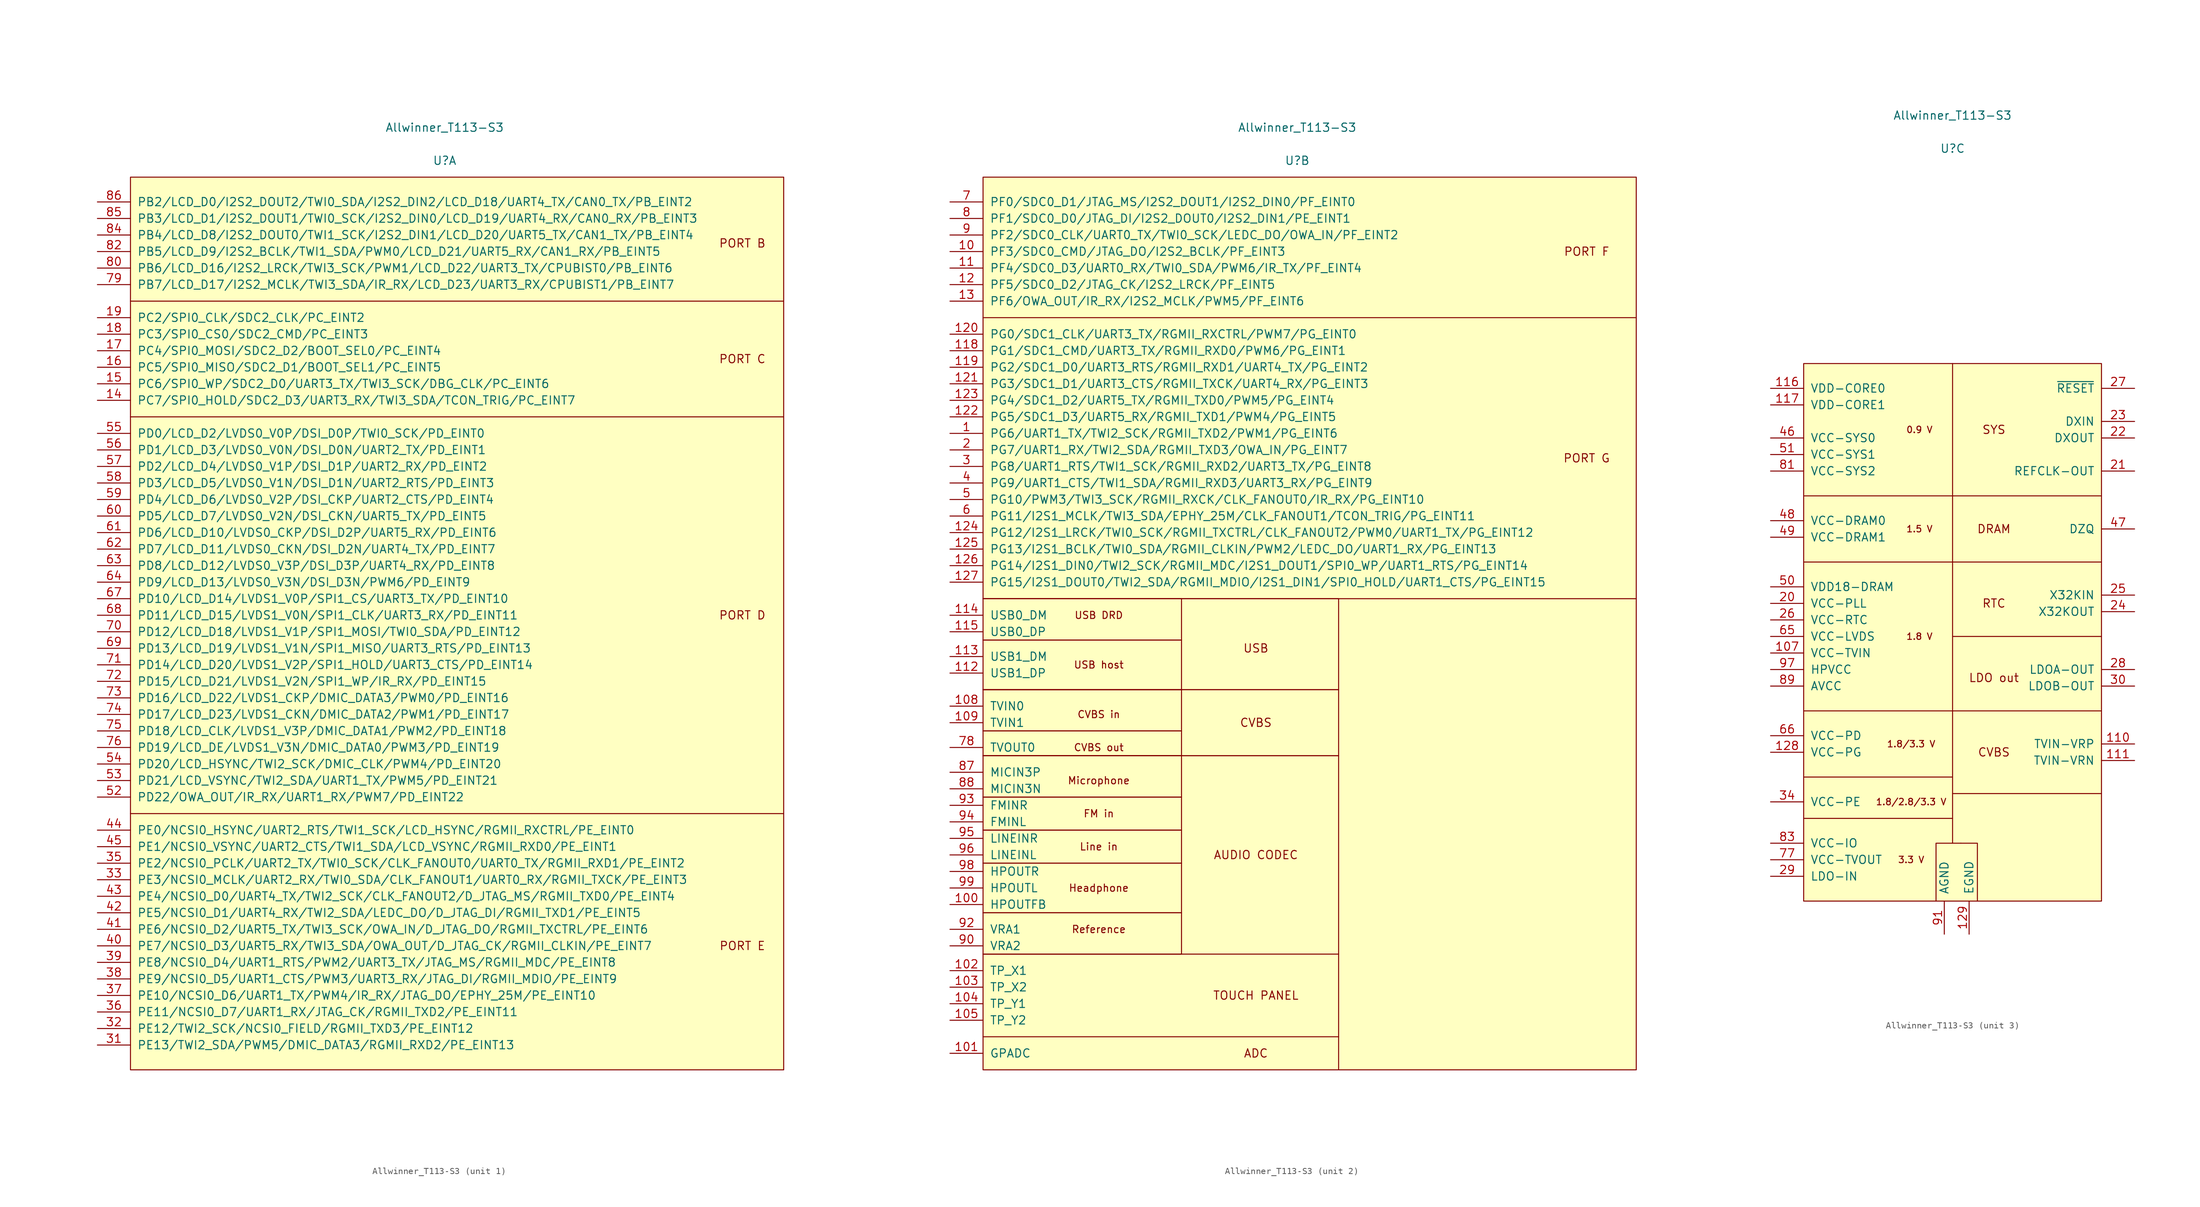
<source format=kicad_sym>
(kicad_symbol_lib
  (version 20241209)
  (generator "kicad_symbol_editor")
  (generator_version "9.0")
  (symbol "Allwinner_T113-S3"
    (pin_names
      (offset 1.016))
    (property "Reference" "U"
      (at 0 71.12 0)
      (effects (font (size 1.27 1.27))))
    (property "Value" "Allwinner_T113-S3"
      (at 0 76.2 0)
      (effects (font (size 1.27 1.27))))
    (property "ki_locked" ""
      (at 0 0 0)
      (effects (font (size 1.27 1.27))))
    (symbol "Allwinner_T113-S3_1_1"
      (rectangle (start -48.26 68.58) (end 52.07 -68.58) (stroke (width 0) (type solid)) (fill (type background)))
      (polyline (pts (xy -48.26 49.53) (xy 52.07 49.53)) (stroke (width 0) (type solid)) (fill (type none)))
      (polyline (pts (xy -48.26 31.75) (xy 52.07 31.75)) (stroke (width 0) (type solid)) (fill (type none)))
      (polyline (pts (xy -48.26 -29.21) (xy 52.07 -29.21)) (stroke (width 0) (type solid)) (fill (type none)))
      (text "PORT B" (at 45.72 58.42 0) (effects (font (size 1.27 1.27))))
      (text "PORT C" (at 45.72 40.64 0) (effects (font (size 1.27 1.27))))
      (text "PORT D" (at 45.72 1.27 0) (effects (font (size 1.27 1.27))))
      (text "PORT E" (at 45.72 -49.53 0) (effects (font (size 1.27 1.27))))
      (pin bidirectional line (at -53.34 64.77 0) (length 5.08) (name "PB2/LCD_D0/I2S2_DOUT2/TWI0_SDA/I2S2_DIN2/LCD_D18/UART4_TX/CAN0_TX/PB_EINT2" (effects (font (size 1.27 1.27)))) (number "86" (effects (font (size 1.27 1.27)))))
      (pin bidirectional line (at -53.34 62.23 0) (length 5.08) (name "PB3/LCD_D1/I2S2_DOUT1/TWI0_SCK/I2S2_DIN0/LCD_D19/UART4_RX/CAN0_RX/PB_EINT3" (effects (font (size 1.27 1.27)))) (number "85" (effects (font (size 1.27 1.27)))))
      (pin bidirectional line (at -53.34 59.69 0) (length 5.08) (name "PB4/LCD_D8/I2S2_DOUT0/TWI1_SCK/I2S2_DIN1/LCD_D20/UART5_TX/CAN1_TX/PB_EINT4" (effects (font (size 1.27 1.27)))) (number "84" (effects (font (size 1.27 1.27)))))
      (pin bidirectional line (at -53.34 57.15 0) (length 5.08) (name "PB5/LCD_D9/I2S2_BCLK/TWI1_SDA/PWM0/LCD_D21/UART5_RX/CAN1_RX/PB_EINT5" (effects (font (size 1.27 1.27)))) (number "82" (effects (font (size 1.27 1.27)))))
      (pin bidirectional line (at -53.34 54.61 0) (length 5.08) (name "PB6/LCD_D16/I2S2_LRCK/TWI3_SCK/PWM1/LCD_D22/UART3_TX/CPUBIST0/PB_EINT6" (effects (font (size 1.27 1.27)))) (number "80" (effects (font (size 1.27 1.27)))))
      (pin bidirectional line (at -53.34 52.07 0) (length 5.08) (name "PB7/LCD_D17/I2S2_MCLK/TWI3_SDA/IR_RX/LCD_D23/UART3_RX/CPUBIST1/PB_EINT7" (effects (font (size 1.27 1.27)))) (number "79" (effects (font (size 1.27 1.27)))))
      (pin bidirectional line (at -53.34 46.99 0) (length 5.08) (name "PC2/SPI0_CLK/SDC2_CLK/PC_EINT2" (effects (font (size 1.27 1.27)))) (number "19" (effects (font (size 1.27 1.27)))))
      (pin bidirectional line (at -53.34 44.45 0) (length 5.08) (name "PC3/SPI0_CS0/SDC2_CMD/PC_EINT3" (effects (font (size 1.27 1.27)))) (number "18" (effects (font (size 1.27 1.27)))))
      (pin bidirectional line (at -53.34 41.91 0) (length 5.08) (name "PC4/SPI0_MOSI/SDC2_D2/BOOT_SEL0/PC_EINT4" (effects (font (size 1.27 1.27)))) (number "17" (effects (font (size 1.27 1.27)))))
      (pin bidirectional line (at -53.34 39.37 0) (length 5.08) (name "PC5/SPI0_MISO/SDC2_D1/BOOT_SEL1/PC_EINT5" (effects (font (size 1.27 1.27)))) (number "16" (effects (font (size 1.27 1.27)))))
      (pin bidirectional line (at -53.34 36.83 0) (length 5.08) (name "PC6/SPI0_WP/SDC2_D0/UART3_TX/TWI3_SCK/DBG_CLK/PC_EINT6" (effects (font (size 1.27 1.27)))) (number "15" (effects (font (size 1.27 1.27)))))
      (pin bidirectional line (at -53.34 34.29 0) (length 5.08) (name "PC7/SPI0_HOLD/SDC2_D3/UART3_RX/TWI3_SDA/TCON_TRIG/PC_EINT7" (effects (font (size 1.27 1.27)))) (number "14" (effects (font (size 1.27 1.27)))))
      (pin bidirectional line (at -53.34 29.21 0) (length 5.08) (name "PD0/LCD_D2/LVDS0_V0P/DSI_D0P/TWI0_SCK/PD_EINT0" (effects (font (size 1.27 1.27)))) (number "55" (effects (font (size 1.27 1.27)))))
      (pin bidirectional line (at -53.34 26.67 0) (length 5.08) (name "PD1/LCD_D3/LVDS0_V0N/DSI_D0N/UART2_TX/PD_EINT1" (effects (font (size 1.27 1.27)))) (number "56" (effects (font (size 1.27 1.27)))))
      (pin bidirectional line (at -53.34 24.13 0) (length 5.08) (name "PD2/LCD_D4/LVDS0_V1P/DSI_D1P/UART2_RX/PD_EINT2" (effects (font (size 1.27 1.27)))) (number "57" (effects (font (size 1.27 1.27)))))
      (pin bidirectional line (at -53.34 21.59 0) (length 5.08) (name "PD3/LCD_D5/LVDS0_V1N/DSI_D1N/UART2_RTS/PD_EINT3" (effects (font (size 1.27 1.27)))) (number "58" (effects (font (size 1.27 1.27)))))
      (pin bidirectional line (at -53.34 19.05 0) (length 5.08) (name "PD4/LCD_D6/LVDS0_V2P/DSI_CKP/UART2_CTS/PD_EINT4" (effects (font (size 1.27 1.27)))) (number "59" (effects (font (size 1.27 1.27)))))
      (pin bidirectional line (at -53.34 16.51 0) (length 5.08) (name "PD5/LCD_D7/LVDS0_V2N/DSI_CKN/UART5_TX/PD_EINT5" (effects (font (size 1.27 1.27)))) (number "60" (effects (font (size 1.27 1.27)))))
      (pin bidirectional line (at -53.34 13.97 0) (length 5.08) (name "PD6/LCD_D10/LVDS0_CKP/DSI_D2P/UART5_RX/PD_EINT6" (effects (font (size 1.27 1.27)))) (number "61" (effects (font (size 1.27 1.27)))))
      (pin bidirectional line (at -53.34 11.43 0) (length 5.08) (name "PD7/LCD_D11/LVDS0_CKN/DSI_D2N/UART4_TX/PD_EINT7" (effects (font (size 1.27 1.27)))) (number "62" (effects (font (size 1.27 1.27)))))
      (pin bidirectional line (at -53.34 8.89 0) (length 5.08) (name "PD8/LCD_D12/LVDS0_V3P/DSI_D3P/UART4_RX/PD_EINT8" (effects (font (size 1.27 1.27)))) (number "63" (effects (font (size 1.27 1.27)))))
      (pin bidirectional line (at -53.34 6.35 0) (length 5.08) (name "PD9/LCD_D13/LVDS0_V3N/DSI_D3N/PWM6/PD_EINT9" (effects (font (size 1.27 1.27)))) (number "64" (effects (font (size 1.27 1.27)))))
      (pin bidirectional line (at -53.34 3.81 0) (length 5.08) (name "PD10/LCD_D14/LVDS1_V0P/SPI1_CS/UART3_TX/PD_EINT10" (effects (font (size 1.27 1.27)))) (number "67" (effects (font (size 1.27 1.27)))))
      (pin bidirectional line (at -53.34 1.27 0) (length 5.08) (name "PD11/LCD_D15/LVDS1_V0N/SPI1_CLK/UART3_RX/PD_EINT11" (effects (font (size 1.27 1.27)))) (number "68" (effects (font (size 1.27 1.27)))))
      (pin bidirectional line (at -53.34 -1.27 0) (length 5.08) (name "PD12/LCD_D18/LVDS1_V1P/SPI1_MOSI/TWI0_SDA/PD_EINT12" (effects (font (size 1.27 1.27)))) (number "70" (effects (font (size 1.27 1.27)))))
      (pin bidirectional line (at -53.34 -3.81 0) (length 5.08) (name "PD13/LCD_D19/LVDS1_V1N/SPI1_MISO/UART3_RTS/PD_EINT13" (effects (font (size 1.27 1.27)))) (number "69" (effects (font (size 1.27 1.27)))))
      (pin bidirectional line (at -53.34 -6.35 0) (length 5.08) (name "PD14/LCD_D20/LVDS1_V2P/SPI1_HOLD/UART3_CTS/PD_EINT14" (effects (font (size 1.27 1.27)))) (number "71" (effects (font (size 1.27 1.27)))))
      (pin bidirectional line (at -53.34 -8.89 0) (length 5.08) (name "PD15/LCD_D21/LVDS1_V2N/SPI1_WP/IR_RX/PD_EINT15" (effects (font (size 1.27 1.27)))) (number "72" (effects (font (size 1.27 1.27)))))
      (pin bidirectional line (at -53.34 -11.43 0) (length 5.08) (name "PD16/LCD_D22/LVDS1_CKP/DMIC_DATA3/PWM0/PD_EINT16" (effects (font (size 1.27 1.27)))) (number "73" (effects (font (size 1.27 1.27)))))
      (pin bidirectional line (at -53.34 -13.97 0) (length 5.08) (name "PD17/LCD_D23/LVDS1_CKN/DMIC_DATA2/PWM1/PD_EINT17" (effects (font (size 1.27 1.27)))) (number "74" (effects (font (size 1.27 1.27)))))
      (pin bidirectional line (at -53.34 -16.51 0) (length 5.08) (name "PD18/LCD_CLK/LVDS1_V3P/DMIC_DATA1/PWM2/PD_EINT18" (effects (font (size 1.27 1.27)))) (number "75" (effects (font (size 1.27 1.27)))))
      (pin bidirectional line (at -53.34 -19.05 0) (length 5.08) (name "PD19/LCD_DE/LVDS1_V3N/DMIC_DATA0/PWM3/PD_EINT19" (effects (font (size 1.27 1.27)))) (number "76" (effects (font (size 1.27 1.27)))))
      (pin bidirectional line (at -53.34 -21.59 0) (length 5.08) (name "PD20/LCD_HSYNC/TWI2_SCK/DMIC_CLK/PWM4/PD_EINT20" (effects (font (size 1.27 1.27)))) (number "54" (effects (font (size 1.27 1.27)))))
      (pin bidirectional line (at -53.34 -24.13 0) (length 5.08) (name "PD21/LCD_VSYNC/TWI2_SDA/UART1_TX/PWM5/PD_EINT21" (effects (font (size 1.27 1.27)))) (number "53" (effects (font (size 1.27 1.27)))))
      (pin bidirectional line (at -53.34 -26.67 0) (length 5.08) (name "PD22/OWA_OUT/IR_RX/UART1_RX/PWM7/PD_EINT22" (effects (font (size 1.27 1.27)))) (number "52" (effects (font (size 1.27 1.27)))))
      (pin bidirectional line (at -53.34 -31.75 0) (length 5.08) (name "PE0/NCSI0_HSYNC/UART2_RTS/TWI1_SCK/LCD_HSYNC/RGMII_RXCTRL/PE_EINT0" (effects (font (size 1.27 1.27)))) (number "44" (effects (font (size 1.27 1.27)))))
      (pin bidirectional line (at -53.34 -34.29 0) (length 5.08) (name "PE1/NCSI0_VSYNC/UART2_CTS/TWI1_SDA/LCD_VSYNC/RGMII_RXD0/PE_EINT1" (effects (font (size 1.27 1.27)))) (number "45" (effects (font (size 1.27 1.27)))))
      (pin bidirectional line (at -53.34 -36.83 0) (length 5.08) (name "PE2/NCSI0_PCLK/UART2_TX/TWI0_SCK/CLK_FANOUT0/UART0_TX/RGMII_RXD1/PE_EINT2" (effects (font (size 1.27 1.27)))) (number "35" (effects (font (size 1.27 1.27)))))
      (pin bidirectional line (at -53.34 -39.37 0) (length 5.08) (name "PE3/NCSI0_MCLK/UART2_RX/TWI0_SDA/CLK_FANOUT1/UART0_RX/RGMII_TXCK/PE_EINT3" (effects (font (size 1.27 1.27)))) (number "33" (effects (font (size 1.27 1.27)))))
      (pin bidirectional line (at -53.34 -41.91 0) (length 5.08) (name "PE4/NCSI0_D0/UART4_TX/TWI2_SCK/CLK_FANOUT2/D_JTAG_MS/RGMII_TXD0/PE_EINT4" (effects (font (size 1.27 1.27)))) (number "43" (effects (font (size 1.27 1.27)))))
      (pin bidirectional line (at -53.34 -44.45 0) (length 5.08) (name "PE5/NCSI0_D1/UART4_RX/TWI2_SDA/LEDC_DO/D_JTAG_DI/RGMII_TXD1/PE_EINT5" (effects (font (size 1.27 1.27)))) (number "42" (effects (font (size 1.27 1.27)))))
      (pin bidirectional line (at -53.34 -46.99 0) (length 5.08) (name "PE6/NCSI0_D2/UART5_TX/TWI3_SCK/OWA_IN/D_JTAG_DO/RGMII_TXCTRL/PE_EINT6" (effects (font (size 1.27 1.27)))) (number "41" (effects (font (size 1.27 1.27)))))
      (pin bidirectional line (at -53.34 -49.53 0) (length 5.08) (name "PE7/NCSI0_D3/UART5_RX/TWI3_SDA/OWA_OUT/D_JTAG_CK/RGMII_CLKIN/PE_EINT7" (effects (font (size 1.27 1.27)))) (number "40" (effects (font (size 1.27 1.27)))))
      (pin bidirectional line (at -53.34 -52.07 0) (length 5.08) (name "PE8/NCSI0_D4/UART1_RTS/PWM2/UART3_TX/JTAG_MS/RGMII_MDC/PE_EINT8" (effects (font (size 1.27 1.27)))) (number "39" (effects (font (size 1.27 1.27)))))
      (pin bidirectional line (at -53.34 -54.61 0) (length 5.08) (name "PE9/NCSI0_D5/UART1_CTS/PWM3/UART3_RX/JTAG_DI/RGMII_MDIO/PE_EINT9" (effects (font (size 1.27 1.27)))) (number "38" (effects (font (size 1.27 1.27)))))
      (pin bidirectional line (at -53.34 -57.15 0) (length 5.08) (name "PE10/NCSI0_D6/UART1_TX/PWM4/IR_RX/JTAG_DO/EPHY_25M/PE_EINT10" (effects (font (size 1.27 1.27)))) (number "37" (effects (font (size 1.27 1.27)))))
      (pin bidirectional line (at -53.34 -59.69 0) (length 5.08) (name "PE11/NCSI0_D7/UART1_RX/JTAG_CK/RGMII_TXD2/PE_EINT11" (effects (font (size 1.27 1.27)))) (number "36" (effects (font (size 1.27 1.27)))))
      (pin bidirectional line (at -53.34 -62.23 0) (length 5.08) (name "PE12/TWI2_SCK/NCSI0_FIELD/RGMII_TXD3/PE_EINT12" (effects (font (size 1.27 1.27)))) (number "32" (effects (font (size 1.27 1.27)))))
      (pin bidirectional line (at -53.34 -64.77 0) (length 5.08) (name "PE13/TWI2_SDA/PWM5/DMIC_DATA3/RGMII_RXD2/PE_EINT13" (effects (font (size 1.27 1.27)))) (number "31" (effects (font (size 1.27 1.27))))))
    (symbol "Allwinner_T113-S3_2_1"
      (rectangle (start -48.26 68.58) (end 52.07 -68.58) (stroke (width 0) (type solid)) (fill (type background)))
      (polyline (pts (xy -48.26 46.99) (xy 52.07 46.99)) (stroke (width 0) (type solid)) (fill (type none)))
      (polyline (pts (xy -48.26 3.81) (xy 52.07 3.81)) (stroke (width 0) (type solid)) (fill (type none)))
      (polyline (pts (xy -48.26 3.81) (xy 6.35 3.81) (xy 6.35 -10.16) (xy -48.26 -10.16)) (stroke (width 0) (type solid)) (fill (type none)))
      (polyline (pts (xy -48.26 -2.54) (xy -17.78 -2.54) (xy -17.78 3.81) (xy -48.26 3.81)) (stroke (width 0) (type solid)) (fill (type none)))
      (polyline (pts (xy -48.26 -10.16) (xy -17.78 -10.16) (xy -17.78 -2.54) (xy -48.26 -2.54)) (stroke (width 0) (type solid)) (fill (type none)))
      (polyline (pts (xy -48.26 -16.51) (xy -17.78 -16.51) (xy -17.78 -10.16) (xy -48.26 -10.16)) (stroke (width 0) (type solid)) (fill (type none)))
      (polyline (pts (xy -48.26 -20.32) (xy -17.78 -20.32) (xy -17.78 -16.51) (xy -48.26 -16.51)) (stroke (width 0) (type solid)) (fill (type none)))
      (polyline (pts (xy -48.26 -20.32) (xy 6.35 -20.32) (xy 6.35 -10.16) (xy -48.26 -10.16)) (stroke (width 0) (type solid)) (fill (type none)))
      (polyline (pts (xy -48.26 -26.67) (xy -17.78 -26.67) (xy -17.78 -20.32) (xy -48.26 -20.32)) (stroke (width 0) (type solid)) (fill (type none)))
      (polyline (pts (xy -48.26 -31.75) (xy -17.78 -31.75) (xy -17.78 -26.67) (xy -48.26 -26.67)) (stroke (width 0) (type solid)) (fill (type none)))
      (polyline (pts (xy -48.26 -36.83) (xy -17.78 -36.83) (xy -17.78 -31.75) (xy -48.26 -31.75)) (stroke (width 0) (type solid)) (fill (type none)))
      (polyline (pts (xy -48.26 -44.45) (xy -17.78 -44.45) (xy -17.78 -36.83) (xy -48.26 -36.83)) (stroke (width 0) (type solid)) (fill (type none)))
      (polyline (pts (xy -48.26 -50.8) (xy -17.78 -50.8) (xy -17.78 -44.45) (xy -48.26 -44.45)) (stroke (width 0) (type solid)) (fill (type none)))
      (polyline (pts (xy -48.26 -50.8) (xy 6.35 -50.8) (xy 6.35 -20.32) (xy -48.26 -20.32)) (stroke (width 0) (type solid)) (fill (type none)))
      (polyline (pts (xy -48.26 -63.5) (xy 6.35 -63.5) (xy 6.35 -50.8)) (stroke (width 0) (type solid)) (fill (type none)))
      (polyline (pts (xy 6.35 -63.5) (xy 6.35 -68.58)) (stroke (width 0) (type solid)) (fill (type none)))
      (text "USB DRD" (at -30.48 1.27 0) (effects (font (size 1.092 1.092))))
      (text "USB host" (at -30.48 -6.35 0) (effects (font (size 1.092 1.092))))
      (text "CVBS in" (at -30.48 -13.97 0) (effects (font (size 1.092 1.092))))
      (text "CVBS out" (at -30.48 -19.05 0) (effects (font (size 1.092 1.092))))
      (text "Microphone" (at -30.48 -24.13 0) (effects (font (size 1.118 1.118))))
      (text "FM in" (at -30.48 -29.21 0) (effects (font (size 1.118 1.118))))
      (text "Line in" (at -30.48 -34.29 0) (effects (font (size 1.118 1.118))))
      (text "Headphone" (at -30.48 -40.64 0) (effects (font (size 1.118 1.118))))
      (text "Reference" (at -30.48 -46.99 0) (effects (font (size 1.118 1.118))))
      (text "USB" (at -6.35 -3.81 0) (effects (font (size 1.27 1.27))))
      (text "CVBS" (at -6.35 -15.24 0) (effects (font (size 1.27 1.27))))
      (text "AUDIO CODEC" (at -6.35 -35.56 0) (effects (font (size 1.27 1.27))))
      (text "TOUCH PANEL" (at -6.35 -57.15 0) (effects (font (size 1.27 1.27))))
      (text "ADC" (at -6.35 -66.04 0) (effects (font (size 1.27 1.27))))
      (text "PORT F" (at 44.45 57.15 0) (effects (font (size 1.27 1.27))))
      (text "PORT G" (at 44.45 25.4 0) (effects (font (size 1.27 1.27))))
      (pin bidirectional line (at -53.34 64.77 0) (length 5.08) (name "PF0/SDC0_D1/JTAG_MS/I2S2_DOUT1/I2S2_DIN0/PF_EINT0" (effects (font (size 1.27 1.27)))) (number "7" (effects (font (size 1.27 1.27)))))
      (pin bidirectional line (at -53.34 62.23 0) (length 5.08) (name "PF1/SDC0_D0/JTAG_DI/I2S2_DOUT0/I2S2_DIN1/PE_EINT1" (effects (font (size 1.27 1.27)))) (number "8" (effects (font (size 1.27 1.27)))))
      (pin bidirectional line (at -53.34 59.69 0) (length 5.08) (name "PF2/SDC0_CLK/UART0_TX/TWI0_SCK/LEDC_DO/OWA_IN/PF_EINT2" (effects (font (size 1.27 1.27)))) (number "9" (effects (font (size 1.27 1.27)))))
      (pin bidirectional line (at -53.34 57.15 0) (length 5.08) (name "PF3/SDC0_CMD/JTAG_DO/I2S2_BCLK/PF_EINT3" (effects (font (size 1.27 1.27)))) (number "10" (effects (font (size 1.27 1.27)))))
      (pin bidirectional line (at -53.34 54.61 0) (length 5.08) (name "PF4/SDC0_D3/UART0_RX/TWI0_SDA/PWM6/IR_TX/PF_EINT4" (effects (font (size 1.27 1.27)))) (number "11" (effects (font (size 1.27 1.27)))))
      (pin bidirectional line (at -53.34 52.07 0) (length 5.08) (name "PF5/SDC0_D2/JTAG_CK/I2S2_LRCK/PF_EINT5" (effects (font (size 1.27 1.27)))) (number "12" (effects (font (size 1.27 1.27)))))
      (pin bidirectional line (at -53.34 49.53 0) (length 5.08) (name "PF6/OWA_OUT/IR_RX/I2S2_MCLK/PWM5/PF_EINT6" (effects (font (size 1.27 1.27)))) (number "13" (effects (font (size 1.27 1.27)))))
      (pin bidirectional line (at -53.34 44.45 0) (length 5.08) (name "PG0/SDC1_CLK/UART3_TX/RGMII_RXCTRL/PWM7/PG_EINT0" (effects (font (size 1.27 1.27)))) (number "120" (effects (font (size 1.27 1.27)))))
      (pin bidirectional line (at -53.34 41.91 0) (length 5.08) (name "PG1/SDC1_CMD/UART3_TX/RGMII_RXD0/PWM6/PG_EINT1" (effects (font (size 1.27 1.27)))) (number "118" (effects (font (size 1.27 1.27)))))
      (pin bidirectional line (at -53.34 39.37 0) (length 5.08) (name "PG2/SDC1_D0/UART3_RTS/RGMII_RXD1/UART4_TX/PG_EINT2" (effects (font (size 1.27 1.27)))) (number "119" (effects (font (size 1.27 1.27)))))
      (pin bidirectional line (at -53.34 36.83 0) (length 5.08) (name "PG3/SDC1_D1/UART3_CTS/RGMII_TXCK/UART4_RX/PG_EINT3" (effects (font (size 1.27 1.27)))) (number "121" (effects (font (size 1.27 1.27)))))
      (pin bidirectional line (at -53.34 34.29 0) (length 5.08) (name "PG4/SDC1_D2/UART5_TX/RGMII_TXD0/PWM5/PG_EINT4" (effects (font (size 1.27 1.27)))) (number "123" (effects (font (size 1.27 1.27)))))
      (pin bidirectional line (at -53.34 31.75 0) (length 5.08) (name "PG5/SDC1_D3/UART5_RX/RGMII_TXD1/PWM4/PG_EINT5" (effects (font (size 1.27 1.27)))) (number "122" (effects (font (size 1.27 1.27)))))
      (pin bidirectional line (at -53.34 29.21 0) (length 5.08) (name "PG6/UART1_TX/TWI2_SCK/RGMII_TXD2/PWM1/PG_EINT6" (effects (font (size 1.27 1.27)))) (number "1" (effects (font (size 1.27 1.27)))))
      (pin bidirectional line (at -53.34 26.67 0) (length 5.08) (name "PG7/UART1_RX/TWI2_SDA/RGMII_TXD3/OWA_IN/PG_EINT7" (effects (font (size 1.27 1.27)))) (number "2" (effects (font (size 1.27 1.27)))))
      (pin bidirectional line (at -53.34 24.13 0) (length 5.08) (name "PG8/UART1_RTS/TWI1_SCK/RGMII_RXD2/UART3_TX/PG_EINT8" (effects (font (size 1.27 1.27)))) (number "3" (effects (font (size 1.27 1.27)))))
      (pin bidirectional line (at -53.34 21.59 0) (length 5.08) (name "PG9/UART1_CTS/TWI1_SDA/RGMII_RXD3/UART3_RX/PG_EINT9" (effects (font (size 1.27 1.27)))) (number "4" (effects (font (size 1.27 1.27)))))
      (pin bidirectional line (at -53.34 19.05 0) (length 5.08) (name "PG10/PWM3/TWI3_SCK/RGMII_RXCK/CLK_FANOUT0/IR_RX/PG_EINT10" (effects (font (size 1.27 1.27)))) (number "5" (effects (font (size 1.27 1.27)))))
      (pin bidirectional line (at -53.34 16.51 0) (length 5.08) (name "PG11/I2S1_MCLK/TWI3_SDA/EPHY_25M/CLK_FANOUT1/TCON_TRIG/PG_EINT11" (effects (font (size 1.27 1.27)))) (number "6" (effects (font (size 1.27 1.27)))))
      (pin bidirectional line (at -53.34 13.97 0) (length 5.08) (name "PG12/I2S1_LRCK/TWI0_SCK/RGMII_TXCTRL/CLK_FANOUT2/PWM0/UART1_TX/PG_EINT12" (effects (font (size 1.27 1.27)))) (number "124" (effects (font (size 1.27 1.27)))))
      (pin bidirectional line (at -53.34 11.43 0) (length 5.08) (name "PG13/I2S1_BCLK/TWI0_SDA/RGMII_CLKIN/PWM2/LEDC_DO/UART1_RX/PG_EINT13" (effects (font (size 1.27 1.27)))) (number "125" (effects (font (size 1.27 1.27)))))
      (pin bidirectional line (at -53.34 8.89 0) (length 5.08) (name "PG14/I2S1_DIN0/TWI2_SCK/RGMII_MDC/I2S1_DOUT1/SPI0_WP/UART1_RTS/PG_EINT14" (effects (font (size 1.27 1.27)))) (number "126" (effects (font (size 1.27 1.27)))))
      (pin bidirectional line (at -53.34 6.35 0) (length 5.08) (name "PG15/I2S1_DOUT0/TWI2_SDA/RGMII_MDIO/I2S1_DIN1/SPI0_HOLD/UART1_CTS/PG_EINT15" (effects (font (size 1.27 1.27)))) (number "127" (effects (font (size 1.27 1.27)))))
      (pin bidirectional line (at -53.34 1.27 0) (length 5.08) (name "USB0_DM" (effects (font (size 1.27 1.27)))) (number "114" (effects (font (size 1.27 1.27)))))
      (pin bidirectional line (at -53.34 -1.27 0) (length 5.08) (name "USB0_DP" (effects (font (size 1.27 1.27)))) (number "115" (effects (font (size 1.27 1.27)))))
      (pin bidirectional line (at -53.34 -5.08 0) (length 5.08) (name "USB1_DM" (effects (font (size 1.27 1.27)))) (number "113" (effects (font (size 1.27 1.27)))))
      (pin bidirectional line (at -53.34 -7.62 0) (length 5.08) (name "USB1_DP" (effects (font (size 1.27 1.27)))) (number "112" (effects (font (size 1.27 1.27)))))
      (pin input line (at -53.34 -12.7 0) (length 5.08) (name "TVIN0" (effects (font (size 1.27 1.27)))) (number "108" (effects (font (size 1.27 1.27)))))
      (pin input line (at -53.34 -15.24 0) (length 5.08) (name "TVIN1" (effects (font (size 1.27 1.27)))) (number "109" (effects (font (size 1.27 1.27)))))
      (pin output line (at -53.34 -19.05 0) (length 5.08) (name "TVOUT0" (effects (font (size 1.27 1.27)))) (number "78" (effects (font (size 1.27 1.27)))))
      (pin input line (at -53.34 -22.86 0) (length 5.08) (name "MICIN3P" (effects (font (size 1.27 1.27)))) (number "87" (effects (font (size 1.27 1.27)))))
      (pin input line (at -53.34 -25.4 0) (length 5.08) (name "MICIN3N" (effects (font (size 1.27 1.27)))) (number "88" (effects (font (size 1.27 1.27)))))
      (pin input line (at -53.34 -27.94 0) (length 5.08) (name "FMINR" (effects (font (size 1.27 1.27)))) (number "93" (effects (font (size 1.27 1.27)))))
      (pin input line (at -53.34 -30.48 0) (length 5.08) (name "FMINL" (effects (font (size 1.27 1.27)))) (number "94" (effects (font (size 1.27 1.27)))))
      (pin input line (at -53.34 -33.02 0) (length 5.08) (name "LINEINR" (effects (font (size 1.27 1.27)))) (number "95" (effects (font (size 1.27 1.27)))))
      (pin input line (at -53.34 -35.56 0) (length 5.08) (name "LINEINL" (effects (font (size 1.27 1.27)))) (number "96" (effects (font (size 1.27 1.27)))))
      (pin output line (at -53.34 -38.1 0) (length 5.08) (name "HPOUTR" (effects (font (size 1.27 1.27)))) (number "98" (effects (font (size 1.27 1.27)))))
      (pin output line (at -53.34 -40.64 0) (length 5.08) (name "HPOUTL" (effects (font (size 1.27 1.27)))) (number "99" (effects (font (size 1.27 1.27)))))
      (pin input line (at -53.34 -43.18 0) (length 5.08) (name "HPOUTFB" (effects (font (size 1.27 1.27)))) (number "100" (effects (font (size 1.27 1.27)))))
      (pin output line (at -53.34 -46.99 0) (length 5.08) (name "VRA1" (effects (font (size 1.27 1.27)))) (number "92" (effects (font (size 1.27 1.27)))))
      (pin output line (at -53.34 -49.53 0) (length 5.08) (name "VRA2" (effects (font (size 1.27 1.27)))) (number "90" (effects (font (size 1.27 1.27)))))
      (pin input line (at -53.34 -53.34 0) (length 5.08) (name "TP_X1" (effects (font (size 1.27 1.27)))) (number "102" (effects (font (size 1.27 1.27)))))
      (pin input line (at -53.34 -55.88 0) (length 5.08) (name "TP_X2" (effects (font (size 1.27 1.27)))) (number "103" (effects (font (size 1.27 1.27)))))
      (pin input line (at -53.34 -58.42 0) (length 5.08) (name "TP_Y1" (effects (font (size 1.27 1.27)))) (number "104" (effects (font (size 1.27 1.27)))))
      (pin input line (at -53.34 -60.96 0) (length 5.08) (name "TP_Y2" (effects (font (size 1.27 1.27)))) (number "105" (effects (font (size 1.27 1.27)))))
      (pin input line (at -53.34 -66.04 0) (length 5.08) (name "GPADC" (effects (font (size 1.27 1.27)))) (number "101" (effects (font (size 1.27 1.27))))))
    (symbol "Allwinner_T113-S3_3_1"
      (rectangle (start -22.86 38.1) (end 22.86 -44.45) (stroke (width 0) (type solid)) (fill (type background)))
      (polyline (pts (xy -22.86 17.78) (xy 0 17.78)) (stroke (width 0) (type solid)) (fill (type none)))
      (polyline (pts (xy -22.86 7.62) (xy 0 7.62)) (stroke (width 0) (type solid)) (fill (type none)))
      (polyline (pts (xy -22.86 -15.24) (xy 0 -15.24)) (stroke (width 0) (type solid)) (fill (type none)))
      (polyline (pts (xy -22.86 -25.4) (xy 0 -25.4)) (stroke (width 0) (type solid)) (fill (type none)))
      (polyline (pts (xy -22.86 -31.75) (xy 0 -31.75)) (stroke (width 0) (type solid)) (fill (type none)))
      (polyline (pts (xy 0 7.62) (xy 22.86 7.62)) (stroke (width 0) (type solid)) (fill (type none)))
      (polyline (pts (xy 0 -15.24) (xy 22.86 -15.24)) (stroke (width 0) (type solid)) (fill (type none)))
      (polyline (pts (xy 0 -35.56) (xy 0 38.1)) (stroke (width 0) (type solid)) (fill (type none)))
      (polyline (pts (xy 1.27 -35.56) (xy -2.54 -35.56) (xy -2.54 -44.45)) (stroke (width 0) (type solid)) (fill (type none)))
      (polyline (pts (xy 1.27 -35.56) (xy 3.81 -35.56) (xy 3.81 -44.45)) (stroke (width 0) (type solid)) (fill (type none)))
      (polyline (pts (xy 22.86 17.78) (xy 0 17.78)) (stroke (width 0) (type solid)) (fill (type none)))
      (polyline (pts (xy 22.86 -3.81) (xy 0 -3.81)) (stroke (width 0) (type solid)) (fill (type none)))
      (polyline (pts (xy 22.86 -27.94) (xy 0 -27.94)) (stroke (width 0) (type solid)) (fill (type none)))
      (text "1.8/3.3 V" (at -6.35 -20.32 0) (effects (font (size 0.991 0.991))))
      (text "1.8/2.8/3.3 V" (at -6.35 -29.21 0) (effects (font (size 0.991 0.991))))
      (text "3.3 V" (at -6.35 -38.1 0) (effects (font (size 0.991 0.991))))
      (text "0.9 V" (at -5.08 27.94 0) (effects (font (size 0.991 0.991))))
      (text "1.5 V" (at -5.08 12.7 0) (effects (font (size 0.991 0.991))))
      (text "1.8 V" (at -5.08 -3.81 0) (effects (font (size 0.991 0.991))))
      (text "SYS" (at 6.35 27.94 0) (effects (font (size 1.27 1.27))))
      (text "DRAM" (at 6.35 12.7 0) (effects (font (size 1.27 1.27))))
      (text "RTC" (at 6.35 1.27 0) (effects (font (size 1.27 1.27))))
      (text "LDO out" (at 6.35 -10.16 0) (effects (font (size 1.27 1.27))))
      (text "CVBS" (at 6.35 -21.59 0) (effects (font (size 1.27 1.27))))
      (pin power_in line (at -27.94 34.29 0) (length 5.08) (name "VDD-CORE0" (effects (font (size 1.27 1.27)))) (number "116" (effects (font (size 1.27 1.27)))))
      (pin power_in line (at -27.94 31.75 0) (length 5.08) (name "VDD-CORE1" (effects (font (size 1.27 1.27)))) (number "117" (effects (font (size 1.27 1.27)))))
      (pin power_in line (at -27.94 26.67 0) (length 5.08) (name "VCC-SYS0" (effects (font (size 1.27 1.27)))) (number "46" (effects (font (size 1.27 1.27)))))
      (pin power_in line (at -27.94 24.13 0) (length 5.08) (name "VCC-SYS1" (effects (font (size 1.27 1.27)))) (number "51" (effects (font (size 1.27 1.27)))))
      (pin power_in line (at -27.94 21.59 0) (length 5.08) (name "VCC-SYS2" (effects (font (size 1.27 1.27)))) (number "81" (effects (font (size 1.27 1.27)))))
      (pin power_in line (at -27.94 13.97 0) (length 5.08) (name "VCC-DRAM0" (effects (font (size 1.27 1.27)))) (number "48" (effects (font (size 1.27 1.27)))))
      (pin power_in line (at -27.94 11.43 0) (length 5.08) (name "VCC-DRAM1" (effects (font (size 1.27 1.27)))) (number "49" (effects (font (size 1.27 1.27)))))
      (pin power_in line (at -27.94 3.81 0) (length 5.08) (name "VDD18-DRAM" (effects (font (size 1.27 1.27)))) (number "50" (effects (font (size 1.27 1.27)))))
      (pin power_in line (at -27.94 1.27 0) (length 5.08) (name "VCC-PLL" (effects (font (size 1.27 1.27)))) (number "20" (effects (font (size 1.27 1.27)))))
      (pin power_in line (at -27.94 -1.27 0) (length 5.08) (name "VCC-RTC" (effects (font (size 1.27 1.27)))) (number "26" (effects (font (size 1.27 1.27)))))
      (pin power_in line (at -27.94 -3.81 0) (length 5.08) (name "VCC-LVDS" (effects (font (size 1.27 1.27)))) (number "65" (effects (font (size 1.27 1.27)))))
      (pin power_in line (at -27.94 -6.35 0) (length 5.08) (name "VCC-TVIN" (effects (font (size 1.27 1.27)))) (number "107" (effects (font (size 1.27 1.27)))))
      (pin power_in line (at -27.94 -8.89 0) (length 5.08) (name "HPVCC" (effects (font (size 1.27 1.27)))) (number "97" (effects (font (size 1.27 1.27)))))
      (pin power_in line (at -27.94 -11.43 0) (length 5.08) (name "AVCC" (effects (font (size 1.27 1.27)))) (number "89" (effects (font (size 1.27 1.27)))))
      (pin power_in line (at -27.94 -19.05 0) (length 5.08) (name "VCC-PD" (effects (font (size 1.27 1.27)))) (number "66" (effects (font (size 1.27 1.27)))))
      (pin power_in line (at -27.94 -21.59 0) (length 5.08) (name "VCC-PG" (effects (font (size 1.27 1.27)))) (number "128" (effects (font (size 1.27 1.27)))))
      (pin power_in line (at -27.94 -29.21 0) (length 5.08) (name "VCC-PE" (effects (font (size 1.27 1.27)))) (number "34" (effects (font (size 1.27 1.27)))))
      (pin power_in line (at -27.94 -35.56 0) (length 5.08) (name "VCC-IO" (effects (font (size 1.27 1.27)))) (number "83" (effects (font (size 1.27 1.27)))))
      (pin power_in line (at -27.94 -38.1 0) (length 5.08) (name "VCC-TVOUT" (effects (font (size 1.27 1.27)))) (number "77" (effects (font (size 1.27 1.27)))))
      (pin power_in line (at -27.94 -40.64 0) (length 5.08) (name "LDO-IN" (effects (font (size 1.27 1.27)))) (number "29" (effects (font (size 1.27 1.27)))))
      (pin power_in line (at -1.27 -49.53 90) (length 5.08) (name "AGND" (effects (font (size 1.27 1.27)))) (number "91" (effects (font (size 1.27 1.27)))))
      (pin power_in line (at 2.54 -49.53 90) (length 5.08) (name "EGND" (effects (font (size 1.27 1.27)))) (number "129" (effects (font (size 1.27 1.27)))))
      (pin no_connect line (at 22.86 -36.83 180) (length 5.08) (hide yes) (name "NC0" (effects (font (size 1.27 1.27)))) (number "106" (effects (font (size 1.27 1.27)))))
      (pin input line (at 27.94 34.29 180) (length 5.08) (name "~{RESET}" (effects (font (size 1.27 1.27)))) (number "27" (effects (font (size 1.27 1.27)))))
      (pin input line (at 27.94 29.21 180) (length 5.08) (name "DXIN" (effects (font (size 1.27 1.27)))) (number "23" (effects (font (size 1.27 1.27)))))
      (pin output line (at 27.94 26.67 180) (length 5.08) (name "DXOUT" (effects (font (size 1.27 1.27)))) (number "22" (effects (font (size 1.27 1.27)))))
      (pin output line (at 27.94 21.59 180) (length 5.08) (name "REFCLK-OUT" (effects (font (size 1.27 1.27)))) (number "21" (effects (font (size 1.27 1.27)))))
      (pin input line (at 27.94 12.7 180) (length 5.08) (name "DZQ" (effects (font (size 1.27 1.27)))) (number "47" (effects (font (size 1.27 1.27)))))
      (pin input line (at 27.94 2.54 180) (length 5.08) (name "X32KIN" (effects (font (size 1.27 1.27)))) (number "25" (effects (font (size 1.27 1.27)))))
      (pin output line (at 27.94 0 180) (length 5.08) (name "X32KOUT" (effects (font (size 1.27 1.27)))) (number "24" (effects (font (size 1.27 1.27)))))
      (pin power_out line (at 27.94 -8.89 180) (length 5.08) (name "LDOA-OUT" (effects (font (size 1.27 1.27)))) (number "28" (effects (font (size 1.27 1.27)))))
      (pin power_out line (at 27.94 -11.43 180) (length 5.08) (name "LDOB-OUT" (effects (font (size 1.27 1.27)))) (number "30" (effects (font (size 1.27 1.27)))))
      (pin power_in line (at 27.94 -20.32 180) (length 5.08) (name "TVIN-VRP" (effects (font (size 1.27 1.27)))) (number "110" (effects (font (size 1.27 1.27)))))
      (pin power_in line (at 27.94 -22.86 180) (length 5.08) (name "TVIN-VRN" (effects (font (size 1.27 1.27)))) (number "111" (effects (font (size 1.27 1.27))))))))
</source>
